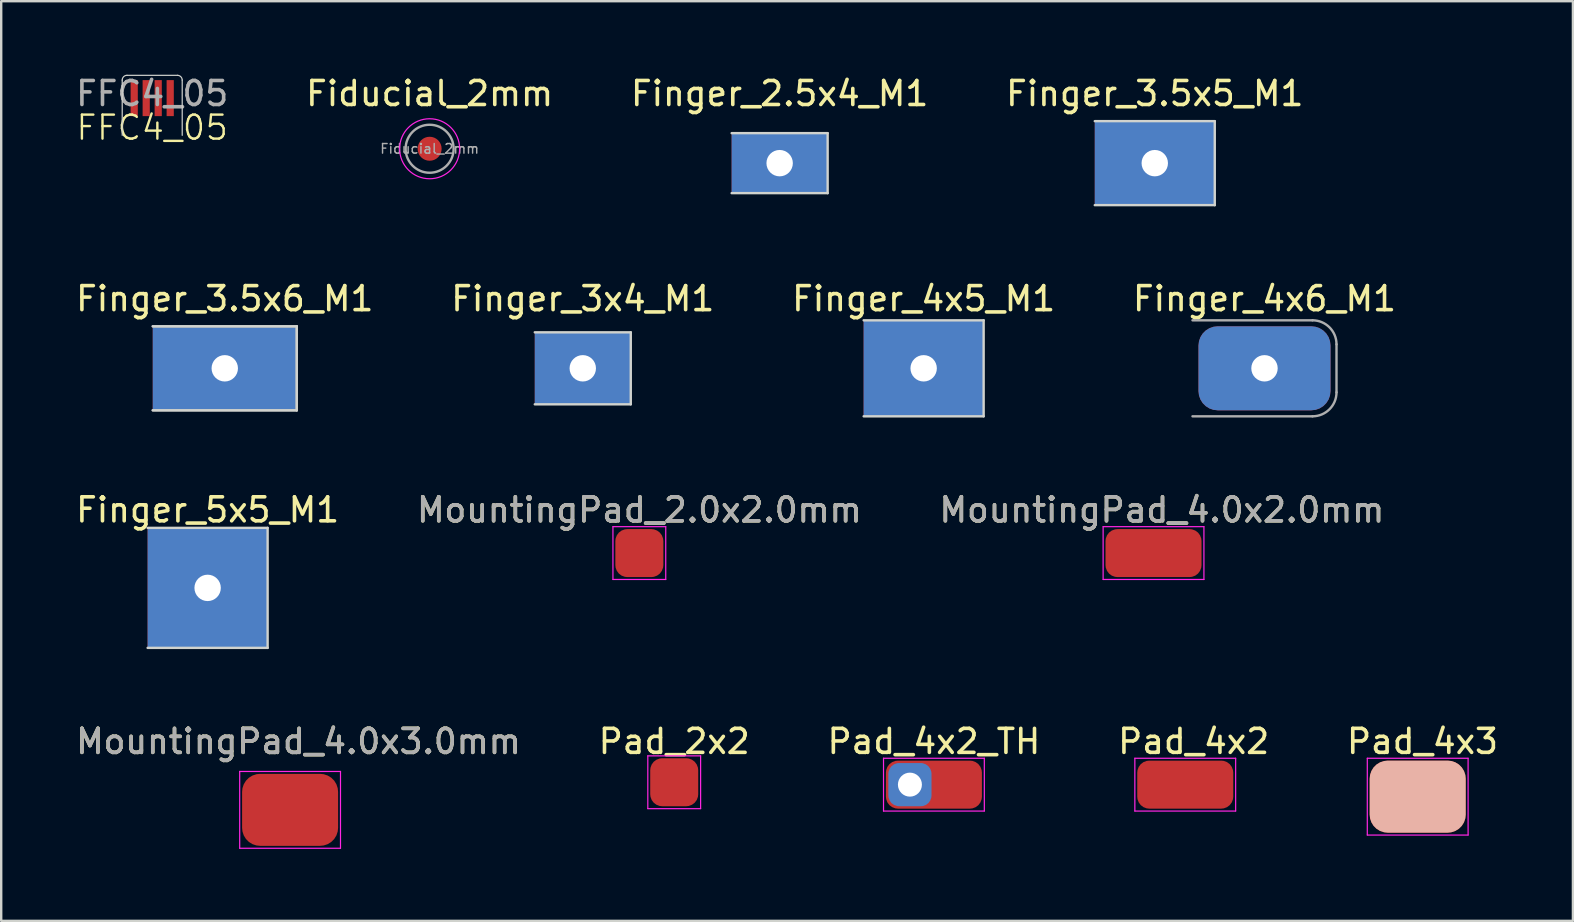
<source format=kicad_pcb>
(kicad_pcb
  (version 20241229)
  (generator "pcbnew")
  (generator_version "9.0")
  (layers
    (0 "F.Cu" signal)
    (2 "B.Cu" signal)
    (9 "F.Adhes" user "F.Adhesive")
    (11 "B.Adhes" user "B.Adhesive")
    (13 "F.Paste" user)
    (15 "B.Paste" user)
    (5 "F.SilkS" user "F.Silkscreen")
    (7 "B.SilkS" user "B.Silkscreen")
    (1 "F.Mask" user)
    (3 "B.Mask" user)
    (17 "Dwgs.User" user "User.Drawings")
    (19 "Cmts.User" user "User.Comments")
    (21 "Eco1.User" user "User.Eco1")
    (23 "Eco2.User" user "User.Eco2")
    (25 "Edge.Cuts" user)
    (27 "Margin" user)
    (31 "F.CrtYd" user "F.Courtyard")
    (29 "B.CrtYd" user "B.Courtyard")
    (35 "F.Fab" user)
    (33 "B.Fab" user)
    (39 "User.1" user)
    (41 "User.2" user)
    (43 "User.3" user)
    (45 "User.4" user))
  (footprint "Finger_3x4_M1"
    (layer "F.Cu")
    (at 21.232 12.296)
    (property "Reference" "Finger_3x4_M1" (at 0 -2.9 0) (unlocked yes) (layer "F.SilkS") (effects (font (size 1 1) (thickness 0.15))))
    (attr through_hole)
    (fp_line (start 2 -1.5) (end -2 -1.5) (stroke (width 0.1) (type solid)) (layer "Edge.Cuts"))
    (fp_line (start 2 -1.5) (end 2 1.5) (stroke (width 0.1) (type default)) (layer "Edge.Cuts"))
    (fp_line (start 2 1.5) (end -2 1.5) (stroke (width 0.1) (type solid)) (layer "Edge.Cuts"))
    (pad "1" thru_hole rect (at 0 0) (size 4 3) (drill 1.1) (layers "*.Cu" "*.Mask")))
  (footprint "Pad_4x3"
    (layer "F.Cu")
    (at 56.02 30.143)
    (property "Reference" "Pad_4x3" (at 0.2 -2.3 0) (layer "F.SilkS") (effects (font (size 1 1) (thickness 0.15))))
    (attr exclude_from_pos_files exclude_from_bom)
    (fp_line (start -2.1 -1.6) (end -2.1 1.6) (stroke (width 0.05) (type solid)) (layer "F.CrtYd"))
    (fp_line (start -2.1 -1.6) (end 2.1 -1.6) (stroke (width 0.05) (type solid)) (layer "F.CrtYd"))
    (fp_line (start 2.1 1.6) (end -2.1 1.6) (stroke (width 0.05) (type solid)) (layer "F.CrtYd"))
    (fp_line (start 2.1 1.6) (end 2.1 -1.6) (stroke (width 0.05) (type solid)) (layer "F.CrtYd"))
    (pad "1" smd roundrect (at 0 0) (size 4 3) (layers "F.Cu" "F.Mask" "B.SilkS") (roundrect_rratio 0.25)))
  (footprint "Finger_5x5_M1"
    (layer "F.Cu")
    (at 5.601 21.445)
    (property "Reference" "Finger_5x5_M1" (at 0 -3.25 0) (unlocked yes) (layer "F.SilkS") (effects (font (size 1 1) (thickness 0.15))))
    (attr through_hole)
    (fp_line (start 2.5 -2.5) (end -2.5 -2.5) (stroke (width 0.1) (type solid)) (layer "Edge.Cuts"))
    (fp_line (start 2.5 -2.5) (end 2.5 2.5) (stroke (width 0.1) (type solid)) (layer "Edge.Cuts"))
    (fp_line (start 2.5 2.5) (end -2.5 2.5) (stroke (width 0.1) (type solid)) (layer "Edge.Cuts"))
    (pad "1" thru_hole rect (at 0 0) (size 5 5) (drill 1.1) (layers "*.Cu" "*.Mask")))
  (footprint "Pad_2x2"
    (layer "F.Cu")
    (at 25.042 29.543)
    (property "Reference" "Pad_2x2" (at 0 -1.7 0) (layer "F.SilkS") (effects (font (size 1 1) (thickness 0.15))))
    (attr exclude_from_pos_files exclude_from_bom)
    (fp_line (start -1.1 -1.1) (end -1.1 1.1) (stroke (width 0.05) (type solid)) (layer "F.CrtYd"))
    (fp_line (start -1.1 -1.1) (end 1.1 -1.1) (stroke (width 0.05) (type solid)) (layer "F.CrtYd"))
    (fp_line (start 1.1 1.1) (end -1.1 1.1) (stroke (width 0.05) (type solid)) (layer "F.CrtYd"))
    (fp_line (start 1.1 1.1) (end 1.1 -1.1) (stroke (width 0.05) (type solid)) (layer "F.CrtYd"))
    (pad "1" smd roundrect (at 0 0) (size 2 2) (layers "F.Cu" "F.Mask") (roundrect_rratio 0.25)))
  (footprint "MountingPad_4.0x3.0mm"
    (layer "F.Cu")
    (at 9.037 30.693)
    (property "Reference" "MountingPad_4.0x3.0mm" (at 0.35 -2.85 0) (layer "F.SilkS") (effects (font (size 1 1) (thickness 0.15))))
    (attr exclude_from_pos_files exclude_from_bom)
    (fp_line (start -2.1 -1.6) (end -2.1 1.6) (stroke (width 0.05) (type solid)) (layer "F.CrtYd"))
    (fp_line (start -2.1 -1.6) (end 2.1 -1.6) (stroke (width 0.05) (type solid)) (layer "F.CrtYd"))
    (fp_line (start 2.1 1.6) (end -2.1 1.6) (stroke (width 0.05) (type solid)) (layer "F.CrtYd"))
    (fp_line (start 2.1 1.6) (end 2.1 -1.6) (stroke (width 0.05) (type solid)) (layer "F.CrtYd"))
    (fp_text user "${REFERENCE}" (at 0.35 -2.85 0) (layer "F.Fab") (effects (font (size 1 1) (thickness 0.15))))
    (pad "1" smd roundrect (at 0 0) (size 4 3) (layers "F.Cu" "F.Mask") (roundrect_rratio 0.25)))
  (footprint "Finger_3.5x5_M1"
    (layer "F.Cu")
    (at 45.065 3.748)
    (property "Reference" "Finger_3.5x5_M1" (at 0 -2.9 0) (unlocked yes) (layer "F.SilkS") (effects (font (size 1 1) (thickness 0.15))))
    (attr through_hole)
    (fp_line (start 2.5 -1.75) (end -2.5 -1.75) (stroke (width 0.1) (type solid)) (layer "Edge.Cuts"))
    (fp_line (start 2.5 -1.75) (end 2.5 1.75) (stroke (width 0.1) (type default)) (layer "Edge.Cuts"))
    (fp_line (start 2.5 1.75) (end -2.5 1.75) (stroke (width 0.1) (type solid)) (layer "Edge.Cuts"))
    (pad "1" thru_hole rect (at 0 0) (size 5 3.5) (drill 1.1) (layers "*.Cu" "*.Mask")))
  (footprint "Finger_4x5_M1"
    (layer "F.Cu")
    (at 35.435 12.296)
    (property "Reference" "Finger_4x5_M1" (at 0 -2.9 0) (unlocked yes) (layer "F.SilkS") (effects (font (size 1 1) (thickness 0.15))))
    (attr through_hole)
    (fp_line (start 2.5 -2) (end -2.5 -2) (stroke (width 0.1) (type solid)) (layer "Edge.Cuts"))
    (fp_line (start 2.5 -2) (end 2.5 2) (stroke (width 0.1) (type default)) (layer "Edge.Cuts"))
    (fp_line (start 2.5 2) (end -2.5 2) (stroke (width 0.1) (type solid)) (layer "Edge.Cuts"))
    (pad "1" thru_hole rect (at 0 0) (size 5 4) (drill 1.1) (layers "*.Cu" "*.Mask")))
  (footprint "Finger_3.5x6_M1"
    (layer "F.Cu")
    (at 6.315 12.296)
    (property "Reference" "Finger_3.5x6_M1" (at 0 -2.9 0) (unlocked yes) (layer "F.SilkS") (effects (font (size 1 1) (thickness 0.15))))
    (attr through_hole)
    (fp_line (start 3 -1.75) (end -3 -1.75) (stroke (width 0.1) (type solid)) (layer "Edge.Cuts"))
    (fp_line (start 3 -1.75) (end 3 1.75) (stroke (width 0.1) (type default)) (layer "Edge.Cuts"))
    (fp_line (start 3 1.75) (end -3 1.75) (stroke (width 0.1) (type solid)) (layer "Edge.Cuts"))
    (fp_line (start 3 -1.75) (end -3 -1.75) (stroke (width 0.1) (type solid)) (layer "F.Fab"))
    (fp_line (start 3 -1.75) (end 3 1.75) (stroke (width 0.1) (type default)) (layer "F.Fab"))
    (fp_line (start 3 1.75) (end -3 1.75) (stroke (width 0.1) (type solid)) (layer "F.Fab"))
    (pad "1" thru_hole rect (at 0 0) (size 6 3.5) (drill 1.1) (layers "*.Cu" "*.Mask")))
  (footprint "Finger_2.5x4_M1"
    (layer "F.Cu")
    (at 29.435 3.748)
    (property "Reference" "Finger_2.5x4_M1" (at 0 -2.9 0) (unlocked yes) (layer "F.SilkS") (effects (font (size 1 1) (thickness 0.15))))
    (attr through_hole)
    (fp_line (start 2 -1.25) (end -2 -1.25) (stroke (width 0.1) (type solid)) (layer "Edge.Cuts"))
    (fp_line (start 2 -1.25) (end 2 1.25) (stroke (width 0.1) (type default)) (layer "Edge.Cuts"))
    (fp_line (start 2 1.25) (end -2 1.25) (stroke (width 0.1) (type solid)) (layer "Edge.Cuts"))
    (pad "1" thru_hole rect (at 0 0) (size 4 2.5) (drill 1.1) (layers "*.Cu" "*.Mask")))
  (footprint "Pad_4x2_TH"
    (layer "F.Cu")
    (at 35.863 29.643)
    (property "Reference" "Pad_4x2_TH" (at 0 -1.8 0) (layer "F.SilkS") (effects (font (size 1 1) (thickness 0.15))))
    (attr exclude_from_pos_files exclude_from_bom)
    (fp_line (start -2.1 -1.1) (end -2.1 1.1) (stroke (width 0.05) (type solid)) (layer "F.CrtYd"))
    (fp_line (start -2.1 -1.1) (end 2.1 -1.1) (stroke (width 0.05) (type solid)) (layer "F.CrtYd"))
    (fp_line (start 2.1 1.1) (end -2.1 1.1) (stroke (width 0.05) (type solid)) (layer "F.CrtYd"))
    (fp_line (start 2.1 1.1) (end 2.1 -1.1) (stroke (width 0.05) (type solid)) (layer "F.CrtYd"))
    (pad "1" thru_hole roundrect (at -1 0) (size 1.8 1.8) (drill 1) (layers "*.Cu" "*.Mask") (roundrect_rratio 0.25))
    (pad "1" smd roundrect (at 0 0) (size 4 2) (layers "F.Cu" "F.Mask") (roundrect_rratio 0.25)))
  (footprint "MountingPad_4.0x2.0mm"
    (layer "F.Cu")
    (at 45.013 19.995)
    (property "Reference" "MountingPad_4.0x2.0mm" (at 0.35 -1.8 0) (layer "F.SilkS") (effects (font (size 1 1) (thickness 0.15))))
    (attr exclude_from_pos_files exclude_from_bom)
    (fp_line (start -2.1 -1.1) (end -2.1 1.1) (stroke (width 0.05) (type solid)) (layer "F.CrtYd"))
    (fp_line (start -2.1 -1.1) (end 2.1 -1.1) (stroke (width 0.05) (type solid)) (layer "F.CrtYd"))
    (fp_line (start 2.1 1.1) (end -2.1 1.1) (stroke (width 0.05) (type solid)) (layer "F.CrtYd"))
    (fp_line (start 2.1 1.1) (end 2.1 -1.1) (stroke (width 0.05) (type solid)) (layer "F.CrtYd"))
    (fp_text user "${REFERENCE}" (at 0.35 -1.8 0) (layer "F.Fab") (effects (font (size 1 1) (thickness 0.15))))
    (pad "1" smd roundrect (at 0 0) (size 4 2) (layers "F.Cu" "F.Mask") (roundrect_rratio 0.25)))
  (footprint "Fiducial_2mm"
    (layer "F.Cu")
    (at 14.851 3.148)
    (property "Reference" "Fiducial_2mm" (at 0 -2.3 0) (unlocked yes) (layer "F.SilkS") (effects (font (size 1 1) (thickness 0.15))))
    (attr smd)
    (fp_circle (center 0 0) (end 1.25 0) (stroke (width 0.05) (type solid)) (fill no) (layer "F.CrtYd"))
    (fp_circle (center 0 0) (end 1 0) (stroke (width 0.1) (type solid)) (fill no) (layer "F.Fab"))
    (fp_text user "${REFERENCE}" (at 0 0 0) (layer "F.Fab") (effects (font (size 0.4 0.4) (thickness 0.06))))
    (pad "" smd circle (at 0 0) (size 1 1) (layers "F.Cu" "F.Mask")))
  (footprint "Finger_4x6_M1"
    (layer "F.Cu")
    (at 49.637 12.296)
    (property "Reference" "Finger_4x6_M1" (at 0 -2.9 0) (unlocked yes) (layer "F.SilkS") (effects (font (size 1 1) (thickness 0.15))))
    (attr through_hole)
    (fp_line (start 2 -2) (end -3 -2) (stroke (width 0.1) (type solid)) (layer "F.Fab"))
    (fp_line (start 2 2) (end -3 2) (stroke (width 0.1) (type solid)) (layer "F.Fab"))
    (fp_line (start 3 -1) (end 3 1) (stroke (width 0.1) (type default)) (layer "F.Fab"))
    (fp_arc (start 2 -2) (mid 2.707106 -1.707107) (end 3 -1) (stroke (width 0.1) (type default)) (layer "F.Fab"))
    (fp_arc (start 3 1) (mid 2.707107 1.707106) (end 2 2) (stroke (width 0.1) (type default)) (layer "F.Fab"))
    (pad "1" thru_hole roundrect (at 0 0) (size 5.5 3.5) (drill 1.1) (layers "*.Cu" "*.Mask") (roundrect_rratio 0.229)))
  (footprint "Pad_4x2"
    (layer "F.Cu")
    (at 46.335 29.643)
    (property "Reference" "Pad_4x2" (at 0.35 -1.8 0) (layer "F.SilkS") (effects (font (size 1 1) (thickness 0.15))))
    (attr exclude_from_pos_files exclude_from_bom)
    (fp_line (start -2.1 -1.1) (end -2.1 1.1) (stroke (width 0.05) (type solid)) (layer "F.CrtYd"))
    (fp_line (start -2.1 -1.1) (end 2.1 -1.1) (stroke (width 0.05) (type solid)) (layer "F.CrtYd"))
    (fp_line (start 2.1 1.1) (end -2.1 1.1) (stroke (width 0.05) (type solid)) (layer "F.CrtYd"))
    (fp_line (start 2.1 1.1) (end 2.1 -1.1) (stroke (width 0.05) (type solid)) (layer "F.CrtYd"))
    (pad "1" smd roundrect (at 0 0) (size 4 2) (layers "F.Cu" "F.Mask") (roundrect_rratio 0.25)))
  (footprint "MountingPad_2.0x2.0mm"
    (layer "F.Cu")
    (at 23.589 19.995)
    (property "Reference" "MountingPad_2.0x2.0mm" (at 0 -1.8 0) (layer "F.SilkS") (effects (font (size 1 1) (thickness 0.15))))
    (attr exclude_from_pos_files exclude_from_bom)
    (fp_line (start -1.1 -1.1) (end -1.1 1.1) (stroke (width 0.05) (type solid)) (layer "F.CrtYd"))
    (fp_line (start -1.1 -1.1) (end 1.1 -1.1) (stroke (width 0.05) (type solid)) (layer "F.CrtYd"))
    (fp_line (start 1.1 1.1) (end -1.1 1.1) (stroke (width 0.05) (type solid)) (layer "F.CrtYd"))
    (fp_line (start 1.1 1.1) (end 1.1 -1.1) (stroke (width 0.05) (type solid)) (layer "F.CrtYd"))
    (fp_text user "${REFERENCE}" (at 0 -1.8 0) (layer "F.Fab") (effects (font (size 1 1) (thickness 0.15))))
    (pad "1" smd roundrect (at 0 0) (size 2 2) (layers "F.Cu" "F.Mask") (roundrect_rratio 0.25)))
  (footprint "FFC4_05"
    (layer "F.Cu")
    (at 3.292 1.588)
    (property "Reference" "FFC4_05" (at 0 0.68 0) (unlocked yes) (layer "F.SilkS") (effects (font (size 1 1) (thickness 0.1))))
    (attr smd)
    (fp_rect (start -1.25 -1.5) (end 1.25 0) (stroke (width 0) (type default)) (fill yes) (layer "F.Mask"))
    (fp_line (start -1.25 -1.3) (end -1.25 1) (stroke (width 0.05) (type default)) (layer "Edge.Cuts"))
    (fp_line (start 1.05 -1.5) (end -1.05 -1.5) (stroke (width 0.05) (type default)) (layer "Edge.Cuts"))
    (fp_line (start 1.25 -1.3) (end 1.25 1) (stroke (width 0.05) (type default)) (layer "Edge.Cuts"))
    (fp_arc (start -1.25 -1.3) (mid -1.191421 -1.441421) (end -1.05 -1.5) (stroke (width 0.05) (type default)) (layer "Edge.Cuts"))
    (fp_arc (start 1.05 -1.5) (mid 1.191421 -1.441421) (end 1.25 -1.3) (stroke (width 0.05) (type default)) (layer "Edge.Cuts"))
    (fp_poly (pts (arc (start 1.050798 1) (mid 1.191937 0.941704) (end 1.250797 0.8008)) (arc (start 1.259197 -1.2992) (mid 1.200903 -1.441139) (end 1.059198 -1.5)) (arc (start -1.05 -1.5) (mid -1.191421 -1.441421) (end -1.25 -1.3)) (arc (start -1.25 0.8) (mid -1.191421 0.941421) (end -1.05 1))) (stroke (width 0.1) (type solid)) (fill no) (layer "User.4"))
    (fp_text user "${REFERENCE}" (at 0 -0.74 0) (unlocked yes) (layer "F.Fab") (effects (font (size 1 1) (thickness 0.15))))
    (pad "1" smd rect (at 0.75 -0.55) (size 0.3 1.5) (layers "F.Cu"))
    (pad "2" smd rect (at 0.25 -0.55) (size 0.3 1.5) (layers "F.Cu"))
    (pad "3" smd rect (at -0.25 -0.55) (size 0.3 1.5) (layers "F.Cu"))
    (pad "4" smd rect (at -0.75 -0.55) (size 0.3 1.5) (layers "F.Cu")))
  (gr_rect
    (start -3 -3)
    (end 62.488 35.318)
    (stroke (width 0.1) (type default))
    (fill no)
    (layer "Edge.Cuts")))
</source>
